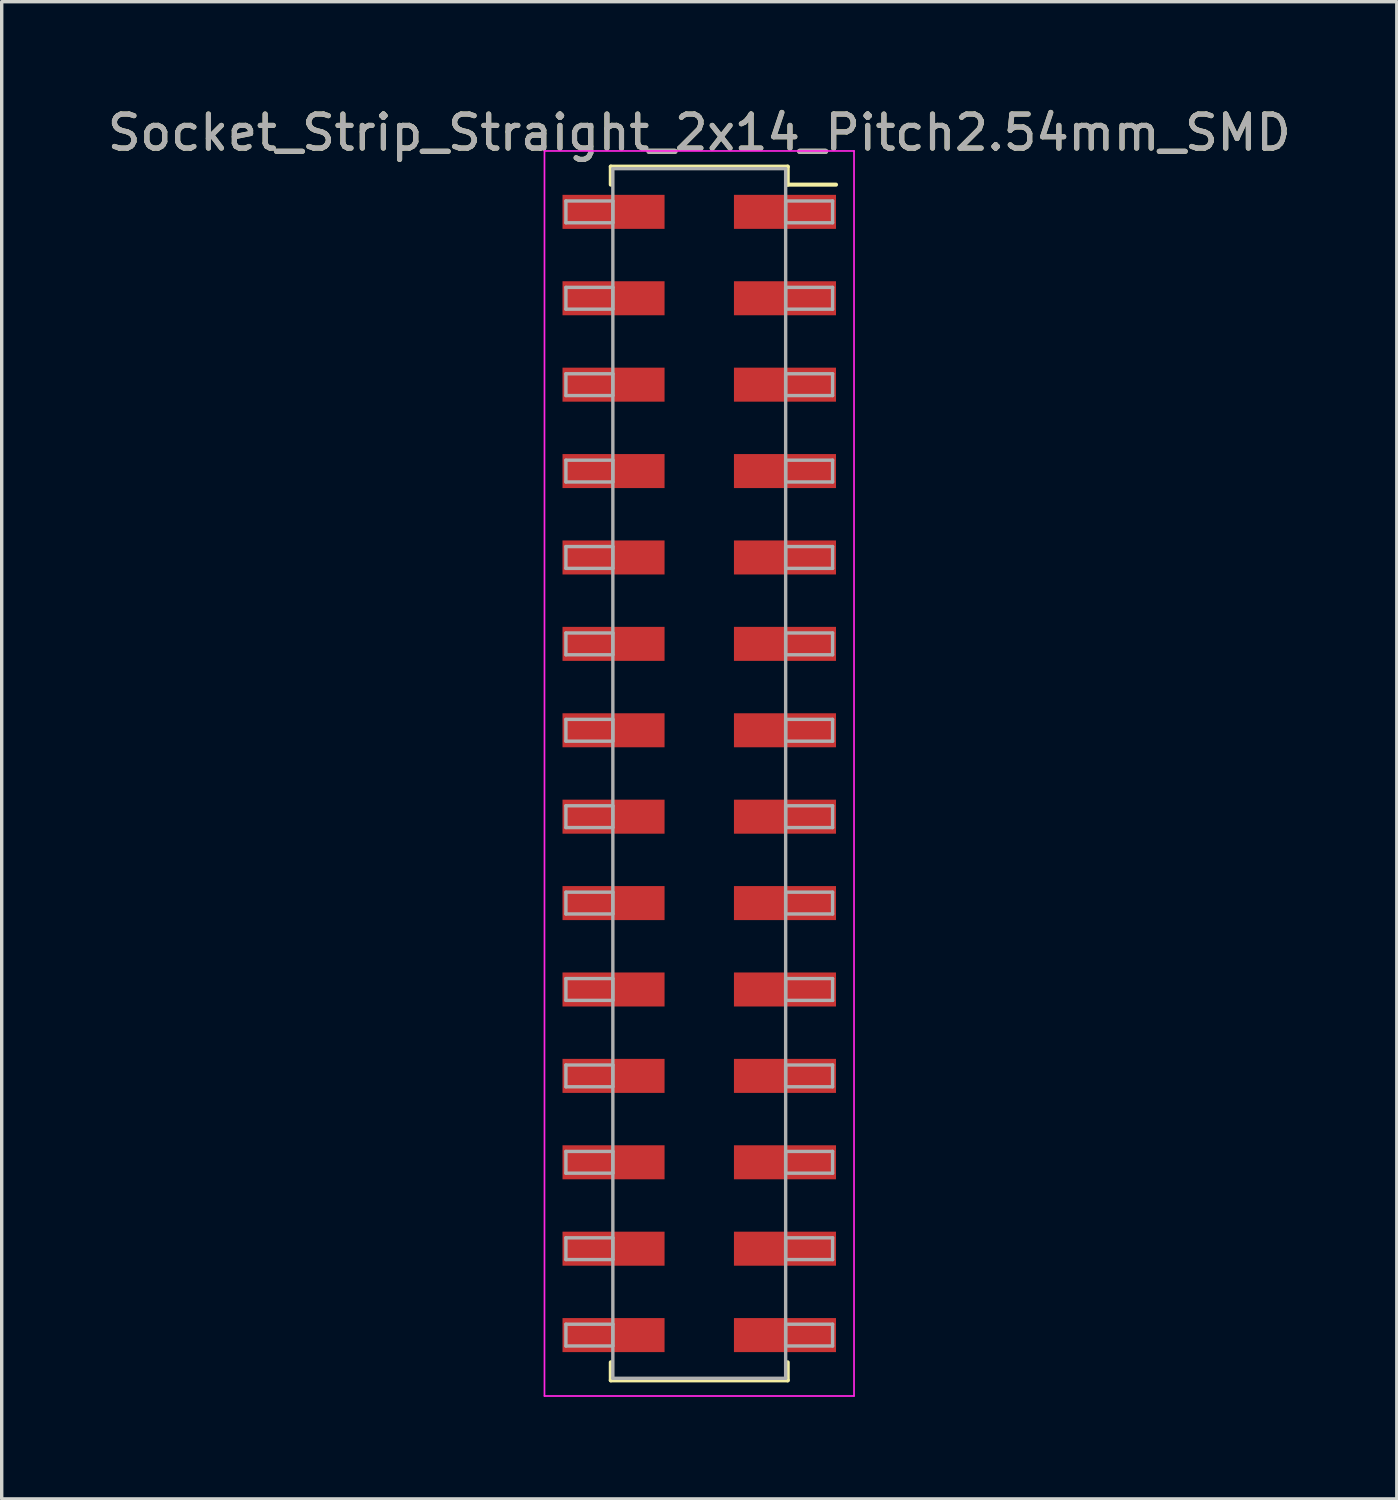
<source format=kicad_pcb>
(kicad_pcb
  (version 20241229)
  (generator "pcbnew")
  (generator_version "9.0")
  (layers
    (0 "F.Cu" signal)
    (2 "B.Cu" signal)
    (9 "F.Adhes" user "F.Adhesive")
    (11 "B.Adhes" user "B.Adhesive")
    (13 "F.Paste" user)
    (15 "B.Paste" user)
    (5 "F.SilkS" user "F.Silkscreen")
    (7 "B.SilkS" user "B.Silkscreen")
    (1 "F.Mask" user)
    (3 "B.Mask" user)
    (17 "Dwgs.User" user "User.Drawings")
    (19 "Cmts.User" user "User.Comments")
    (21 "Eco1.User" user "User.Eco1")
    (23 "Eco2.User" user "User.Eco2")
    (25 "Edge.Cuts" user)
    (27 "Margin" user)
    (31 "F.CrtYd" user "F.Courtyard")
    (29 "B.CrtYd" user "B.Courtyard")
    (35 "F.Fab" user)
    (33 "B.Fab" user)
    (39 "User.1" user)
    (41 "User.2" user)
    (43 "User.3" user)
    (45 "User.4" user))
  (footprint "Socket_Strip_Straight_2x14_Pitch2.54mm_SMD"
    (layer "F.Cu")
    (at 17.506 19.688)
    (property "Reference" "Socket_Strip_Straight_2x14_Pitch2.54mm_SMD" (at 0 -18.84 0) (layer "F.SilkS") (effects (font (size 1 1) (thickness 0.15))))
    (attr smd)
    (fp_line (start -2.6 -17.84) (end 2.6 -17.84) (stroke (width 0.12) (type solid)) (layer "F.SilkS"))
    (fp_line (start -2.6 -17.31) (end -2.6 -17.84) (stroke (width 0.12) (type solid)) (layer "F.SilkS"))
    (fp_line (start -2.6 17.31) (end -2.6 17.84) (stroke (width 0.12) (type solid)) (layer "F.SilkS"))
    (fp_line (start -2.6 17.84) (end 2.6 17.84) (stroke (width 0.12) (type solid)) (layer "F.SilkS"))
    (fp_line (start 2.6 -17.84) (end 2.6 -17.31) (stroke (width 0.12) (type solid)) (layer "F.SilkS"))
    (fp_line (start 2.6 17.84) (end 2.6 17.31) (stroke (width 0.12) (type solid)) (layer "F.SilkS"))
    (fp_line (start 4.02 -17.31) (end 2.6 -17.31) (stroke (width 0.12) (type solid)) (layer "F.SilkS"))
    (fp_line (start -4.55 -18.3) (end -4.55 18.3) (stroke (width 0.05) (type solid)) (layer "F.CrtYd"))
    (fp_line (start -4.55 18.3) (end 4.55 18.3) (stroke (width 0.05) (type solid)) (layer "F.CrtYd"))
    (fp_line (start 4.55 -18.3) (end -4.55 -18.3) (stroke (width 0.05) (type solid)) (layer "F.CrtYd"))
    (fp_line (start 4.55 18.3) (end 4.55 -18.3) (stroke (width 0.05) (type solid)) (layer "F.CrtYd"))
    (fp_line (start -3.92 -16.83) (end -2.54 -16.83) (stroke (width 0.1) (type solid)) (layer "F.Fab"))
    (fp_line (start -3.92 -16.19) (end -3.92 -16.83) (stroke (width 0.1) (type solid)) (layer "F.Fab"))
    (fp_line (start -3.92 -14.29) (end -2.54 -14.29) (stroke (width 0.1) (type solid)) (layer "F.Fab"))
    (fp_line (start -3.92 -13.65) (end -3.92 -14.29) (stroke (width 0.1) (type solid)) (layer "F.Fab"))
    (fp_line (start -3.92 -11.75) (end -2.54 -11.75) (stroke (width 0.1) (type solid)) (layer "F.Fab"))
    (fp_line (start -3.92 -11.11) (end -3.92 -11.75) (stroke (width 0.1) (type solid)) (layer "F.Fab"))
    (fp_line (start -3.92 -9.21) (end -2.54 -9.21) (stroke (width 0.1) (type solid)) (layer "F.Fab"))
    (fp_line (start -3.92 -8.57) (end -3.92 -9.21) (stroke (width 0.1) (type solid)) (layer "F.Fab"))
    (fp_line (start -3.92 -6.67) (end -2.54 -6.67) (stroke (width 0.1) (type solid)) (layer "F.Fab"))
    (fp_line (start -3.92 -6.03) (end -3.92 -6.67) (stroke (width 0.1) (type solid)) (layer "F.Fab"))
    (fp_line (start -3.92 -4.13) (end -2.54 -4.13) (stroke (width 0.1) (type solid)) (layer "F.Fab"))
    (fp_line (start -3.92 -3.49) (end -3.92 -4.13) (stroke (width 0.1) (type solid)) (layer "F.Fab"))
    (fp_line (start -3.92 -1.59) (end -2.54 -1.59) (stroke (width 0.1) (type solid)) (layer "F.Fab"))
    (fp_line (start -3.92 -0.95) (end -3.92 -1.59) (stroke (width 0.1) (type solid)) (layer "F.Fab"))
    (fp_line (start -3.92 0.95) (end -2.54 0.95) (stroke (width 0.1) (type solid)) (layer "F.Fab"))
    (fp_line (start -3.92 1.59) (end -3.92 0.95) (stroke (width 0.1) (type solid)) (layer "F.Fab"))
    (fp_line (start -3.92 3.49) (end -2.54 3.49) (stroke (width 0.1) (type solid)) (layer "F.Fab"))
    (fp_line (start -3.92 4.13) (end -3.92 3.49) (stroke (width 0.1) (type solid)) (layer "F.Fab"))
    (fp_line (start -3.92 6.03) (end -2.54 6.03) (stroke (width 0.1) (type solid)) (layer "F.Fab"))
    (fp_line (start -3.92 6.67) (end -3.92 6.03) (stroke (width 0.1) (type solid)) (layer "F.Fab"))
    (fp_line (start -3.92 8.57) (end -2.54 8.57) (stroke (width 0.1) (type solid)) (layer "F.Fab"))
    (fp_line (start -3.92 9.21) (end -3.92 8.57) (stroke (width 0.1) (type solid)) (layer "F.Fab"))
    (fp_line (start -3.92 11.11) (end -2.54 11.11) (stroke (width 0.1) (type solid)) (layer "F.Fab"))
    (fp_line (start -3.92 11.75) (end -3.92 11.11) (stroke (width 0.1) (type solid)) (layer "F.Fab"))
    (fp_line (start -3.92 13.65) (end -2.54 13.65) (stroke (width 0.1) (type solid)) (layer "F.Fab"))
    (fp_line (start -3.92 14.29) (end -3.92 13.65) (stroke (width 0.1) (type solid)) (layer "F.Fab"))
    (fp_line (start -3.92 16.19) (end -2.54 16.19) (stroke (width 0.1) (type solid)) (layer "F.Fab"))
    (fp_line (start -3.92 16.83) (end -3.92 16.19) (stroke (width 0.1) (type solid)) (layer "F.Fab"))
    (fp_line (start -2.54 -17.78) (end -2.54 17.78) (stroke (width 0.1) (type solid)) (layer "F.Fab"))
    (fp_line (start -2.54 -16.83) (end -2.54 -16.19) (stroke (width 0.1) (type solid)) (layer "F.Fab"))
    (fp_line (start -2.54 -16.19) (end -3.92 -16.19) (stroke (width 0.1) (type solid)) (layer "F.Fab"))
    (fp_line (start -2.54 -14.29) (end -2.54 -13.65) (stroke (width 0.1) (type solid)) (layer "F.Fab"))
    (fp_line (start -2.54 -13.65) (end -3.92 -13.65) (stroke (width 0.1) (type solid)) (layer "F.Fab"))
    (fp_line (start -2.54 -11.75) (end -2.54 -11.11) (stroke (width 0.1) (type solid)) (layer "F.Fab"))
    (fp_line (start -2.54 -11.11) (end -3.92 -11.11) (stroke (width 0.1) (type solid)) (layer "F.Fab"))
    (fp_line (start -2.54 -9.21) (end -2.54 -8.57) (stroke (width 0.1) (type solid)) (layer "F.Fab"))
    (fp_line (start -2.54 -8.57) (end -3.92 -8.57) (stroke (width 0.1) (type solid)) (layer "F.Fab"))
    (fp_line (start -2.54 -6.67) (end -2.54 -6.03) (stroke (width 0.1) (type solid)) (layer "F.Fab"))
    (fp_line (start -2.54 -6.03) (end -3.92 -6.03) (stroke (width 0.1) (type solid)) (layer "F.Fab"))
    (fp_line (start -2.54 -4.13) (end -2.54 -3.49) (stroke (width 0.1) (type solid)) (layer "F.Fab"))
    (fp_line (start -2.54 -3.49) (end -3.92 -3.49) (stroke (width 0.1) (type solid)) (layer "F.Fab"))
    (fp_line (start -2.54 -1.59) (end -2.54 -0.95) (stroke (width 0.1) (type solid)) (layer "F.Fab"))
    (fp_line (start -2.54 -0.95) (end -3.92 -0.95) (stroke (width 0.1) (type solid)) (layer "F.Fab"))
    (fp_line (start -2.54 0.95) (end -2.54 1.59) (stroke (width 0.1) (type solid)) (layer "F.Fab"))
    (fp_line (start -2.54 1.59) (end -3.92 1.59) (stroke (width 0.1) (type solid)) (layer "F.Fab"))
    (fp_line (start -2.54 3.49) (end -2.54 4.13) (stroke (width 0.1) (type solid)) (layer "F.Fab"))
    (fp_line (start -2.54 4.13) (end -3.92 4.13) (stroke (width 0.1) (type solid)) (layer "F.Fab"))
    (fp_line (start -2.54 6.03) (end -2.54 6.67) (stroke (width 0.1) (type solid)) (layer "F.Fab"))
    (fp_line (start -2.54 6.67) (end -3.92 6.67) (stroke (width 0.1) (type solid)) (layer "F.Fab"))
    (fp_line (start -2.54 8.57) (end -2.54 9.21) (stroke (width 0.1) (type solid)) (layer "F.Fab"))
    (fp_line (start -2.54 9.21) (end -3.92 9.21) (stroke (width 0.1) (type solid)) (layer "F.Fab"))
    (fp_line (start -2.54 11.11) (end -2.54 11.75) (stroke (width 0.1) (type solid)) (layer "F.Fab"))
    (fp_line (start -2.54 11.75) (end -3.92 11.75) (stroke (width 0.1) (type solid)) (layer "F.Fab"))
    (fp_line (start -2.54 13.65) (end -2.54 14.29) (stroke (width 0.1) (type solid)) (layer "F.Fab"))
    (fp_line (start -2.54 14.29) (end -3.92 14.29) (stroke (width 0.1) (type solid)) (layer "F.Fab"))
    (fp_line (start -2.54 16.19) (end -2.54 16.83) (stroke (width 0.1) (type solid)) (layer "F.Fab"))
    (fp_line (start -2.54 16.83) (end -3.92 16.83) (stroke (width 0.1) (type solid)) (layer "F.Fab"))
    (fp_line (start -2.54 17.78) (end 2.54 17.78) (stroke (width 0.1) (type solid)) (layer "F.Fab"))
    (fp_line (start 2.54 -17.78) (end -2.54 -17.78) (stroke (width 0.1) (type solid)) (layer "F.Fab"))
    (fp_line (start 2.54 -16.83) (end 2.54 -16.19) (stroke (width 0.1) (type solid)) (layer "F.Fab"))
    (fp_line (start 2.54 -16.19) (end 3.92 -16.19) (stroke (width 0.1) (type solid)) (layer "F.Fab"))
    (fp_line (start 2.54 -14.29) (end 2.54 -13.65) (stroke (width 0.1) (type solid)) (layer "F.Fab"))
    (fp_line (start 2.54 -13.65) (end 3.92 -13.65) (stroke (width 0.1) (type solid)) (layer "F.Fab"))
    (fp_line (start 2.54 -11.75) (end 2.54 -11.11) (stroke (width 0.1) (type solid)) (layer "F.Fab"))
    (fp_line (start 2.54 -11.11) (end 3.92 -11.11) (stroke (width 0.1) (type solid)) (layer "F.Fab"))
    (fp_line (start 2.54 -9.21) (end 2.54 -8.57) (stroke (width 0.1) (type solid)) (layer "F.Fab"))
    (fp_line (start 2.54 -8.57) (end 3.92 -8.57) (stroke (width 0.1) (type solid)) (layer "F.Fab"))
    (fp_line (start 2.54 -6.67) (end 2.54 -6.03) (stroke (width 0.1) (type solid)) (layer "F.Fab"))
    (fp_line (start 2.54 -6.03) (end 3.92 -6.03) (stroke (width 0.1) (type solid)) (layer "F.Fab"))
    (fp_line (start 2.54 -4.13) (end 2.54 -3.49) (stroke (width 0.1) (type solid)) (layer "F.Fab"))
    (fp_line (start 2.54 -3.49) (end 3.92 -3.49) (stroke (width 0.1) (type solid)) (layer "F.Fab"))
    (fp_line (start 2.54 -1.59) (end 2.54 -0.95) (stroke (width 0.1) (type solid)) (layer "F.Fab"))
    (fp_line (start 2.54 -0.95) (end 3.92 -0.95) (stroke (width 0.1) (type solid)) (layer "F.Fab"))
    (fp_line (start 2.54 0.95) (end 2.54 1.59) (stroke (width 0.1) (type solid)) (layer "F.Fab"))
    (fp_line (start 2.54 1.59) (end 3.92 1.59) (stroke (width 0.1) (type solid)) (layer "F.Fab"))
    (fp_line (start 2.54 3.49) (end 2.54 4.13) (stroke (width 0.1) (type solid)) (layer "F.Fab"))
    (fp_line (start 2.54 4.13) (end 3.92 4.13) (stroke (width 0.1) (type solid)) (layer "F.Fab"))
    (fp_line (start 2.54 6.03) (end 2.54 6.67) (stroke (width 0.1) (type solid)) (layer "F.Fab"))
    (fp_line (start 2.54 6.67) (end 3.92 6.67) (stroke (width 0.1) (type solid)) (layer "F.Fab"))
    (fp_line (start 2.54 8.57) (end 2.54 9.21) (stroke (width 0.1) (type solid)) (layer "F.Fab"))
    (fp_line (start 2.54 9.21) (end 3.92 9.21) (stroke (width 0.1) (type solid)) (layer "F.Fab"))
    (fp_line (start 2.54 11.11) (end 2.54 11.75) (stroke (width 0.1) (type solid)) (layer "F.Fab"))
    (fp_line (start 2.54 11.75) (end 3.92 11.75) (stroke (width 0.1) (type solid)) (layer "F.Fab"))
    (fp_line (start 2.54 13.65) (end 2.54 14.29) (stroke (width 0.1) (type solid)) (layer "F.Fab"))
    (fp_line (start 2.54 14.29) (end 3.92 14.29) (stroke (width 0.1) (type solid)) (layer "F.Fab"))
    (fp_line (start 2.54 16.19) (end 2.54 16.83) (stroke (width 0.1) (type solid)) (layer "F.Fab"))
    (fp_line (start 2.54 16.83) (end 3.92 16.83) (stroke (width 0.1) (type solid)) (layer "F.Fab"))
    (fp_line (start 2.54 17.78) (end 2.54 -17.78) (stroke (width 0.1) (type solid)) (layer "F.Fab"))
    (fp_line (start 3.92 -16.83) (end 2.54 -16.83) (stroke (width 0.1) (type solid)) (layer "F.Fab"))
    (fp_line (start 3.92 -16.19) (end 3.92 -16.83) (stroke (width 0.1) (type solid)) (layer "F.Fab"))
    (fp_line (start 3.92 -14.29) (end 2.54 -14.29) (stroke (width 0.1) (type solid)) (layer "F.Fab"))
    (fp_line (start 3.92 -13.65) (end 3.92 -14.29) (stroke (width 0.1) (type solid)) (layer "F.Fab"))
    (fp_line (start 3.92 -11.75) (end 2.54 -11.75) (stroke (width 0.1) (type solid)) (layer "F.Fab"))
    (fp_line (start 3.92 -11.11) (end 3.92 -11.75) (stroke (width 0.1) (type solid)) (layer "F.Fab"))
    (fp_line (start 3.92 -9.21) (end 2.54 -9.21) (stroke (width 0.1) (type solid)) (layer "F.Fab"))
    (fp_line (start 3.92 -8.57) (end 3.92 -9.21) (stroke (width 0.1) (type solid)) (layer "F.Fab"))
    (fp_line (start 3.92 -6.67) (end 2.54 -6.67) (stroke (width 0.1) (type solid)) (layer "F.Fab"))
    (fp_line (start 3.92 -6.03) (end 3.92 -6.67) (stroke (width 0.1) (type solid)) (layer "F.Fab"))
    (fp_line (start 3.92 -4.13) (end 2.54 -4.13) (stroke (width 0.1) (type solid)) (layer "F.Fab"))
    (fp_line (start 3.92 -3.49) (end 3.92 -4.13) (stroke (width 0.1) (type solid)) (layer "F.Fab"))
    (fp_line (start 3.92 -1.59) (end 2.54 -1.59) (stroke (width 0.1) (type solid)) (layer "F.Fab"))
    (fp_line (start 3.92 -0.95) (end 3.92 -1.59) (stroke (width 0.1) (type solid)) (layer "F.Fab"))
    (fp_line (start 3.92 0.95) (end 2.54 0.95) (stroke (width 0.1) (type solid)) (layer "F.Fab"))
    (fp_line (start 3.92 1.59) (end 3.92 0.95) (stroke (width 0.1) (type solid)) (layer "F.Fab"))
    (fp_line (start 3.92 3.49) (end 2.54 3.49) (stroke (width 0.1) (type solid)) (layer "F.Fab"))
    (fp_line (start 3.92 4.13) (end 3.92 3.49) (stroke (width 0.1) (type solid)) (layer "F.Fab"))
    (fp_line (start 3.92 6.03) (end 2.54 6.03) (stroke (width 0.1) (type solid)) (layer "F.Fab"))
    (fp_line (start 3.92 6.67) (end 3.92 6.03) (stroke (width 0.1) (type solid)) (layer "F.Fab"))
    (fp_line (start 3.92 8.57) (end 2.54 8.57) (stroke (width 0.1) (type solid)) (layer "F.Fab"))
    (fp_line (start 3.92 9.21) (end 3.92 8.57) (stroke (width 0.1) (type solid)) (layer "F.Fab"))
    (fp_line (start 3.92 11.11) (end 2.54 11.11) (stroke (width 0.1) (type solid)) (layer "F.Fab"))
    (fp_line (start 3.92 11.75) (end 3.92 11.11) (stroke (width 0.1) (type solid)) (layer "F.Fab"))
    (fp_line (start 3.92 13.65) (end 2.54 13.65) (stroke (width 0.1) (type solid)) (layer "F.Fab"))
    (fp_line (start 3.92 14.29) (end 3.92 13.65) (stroke (width 0.1) (type solid)) (layer "F.Fab"))
    (fp_line (start 3.92 16.19) (end 2.54 16.19) (stroke (width 0.1) (type solid)) (layer "F.Fab"))
    (fp_line (start 3.92 16.83) (end 3.92 16.19) (stroke (width 0.1) (type solid)) (layer "F.Fab"))
    (fp_text user "${REFERENCE}" (at 0 -18.84 0) (layer "F.Fab") (effects (font (size 1 1) (thickness 0.15))))
    (pad "1" smd rect (at 2.52 -16.51) (size 3 1) (layers "F.Cu" "F.Mask" "F.Paste"))
    (pad "2" smd rect (at -2.52 -16.51) (size 3 1) (layers "F.Cu" "F.Mask" "F.Paste"))
    (pad "3" smd rect (at 2.52 -13.97) (size 3 1) (layers "F.Cu" "F.Mask" "F.Paste"))
    (pad "4" smd rect (at -2.52 -13.97) (size 3 1) (layers "F.Cu" "F.Mask" "F.Paste"))
    (pad "5" smd rect (at 2.52 -11.43) (size 3 1) (layers "F.Cu" "F.Mask" "F.Paste"))
    (pad "6" smd rect (at -2.52 -11.43) (size 3 1) (layers "F.Cu" "F.Mask" "F.Paste"))
    (pad "7" smd rect (at 2.52 -8.89) (size 3 1) (layers "F.Cu" "F.Mask" "F.Paste"))
    (pad "8" smd rect (at -2.52 -8.89) (size 3 1) (layers "F.Cu" "F.Mask" "F.Paste"))
    (pad "9" smd rect (at 2.52 -6.35) (size 3 1) (layers "F.Cu" "F.Mask" "F.Paste"))
    (pad "10" smd rect (at -2.52 -6.35) (size 3 1) (layers "F.Cu" "F.Mask" "F.Paste"))
    (pad "11" smd rect (at 2.52 -3.81) (size 3 1) (layers "F.Cu" "F.Mask" "F.Paste"))
    (pad "12" smd rect (at -2.52 -3.81) (size 3 1) (layers "F.Cu" "F.Mask" "F.Paste"))
    (pad "13" smd rect (at 2.52 -1.27) (size 3 1) (layers "F.Cu" "F.Mask" "F.Paste"))
    (pad "14" smd rect (at -2.52 -1.27) (size 3 1) (layers "F.Cu" "F.Mask" "F.Paste"))
    (pad "15" smd rect (at 2.52 1.27) (size 3 1) (layers "F.Cu" "F.Mask" "F.Paste"))
    (pad "16" smd rect (at -2.52 1.27) (size 3 1) (layers "F.Cu" "F.Mask" "F.Paste"))
    (pad "17" smd rect (at 2.52 3.81) (size 3 1) (layers "F.Cu" "F.Mask" "F.Paste"))
    (pad "18" smd rect (at -2.52 3.81) (size 3 1) (layers "F.Cu" "F.Mask" "F.Paste"))
    (pad "19" smd rect (at 2.52 6.35) (size 3 1) (layers "F.Cu" "F.Mask" "F.Paste"))
    (pad "20" smd rect (at -2.52 6.35) (size 3 1) (layers "F.Cu" "F.Mask" "F.Paste"))
    (pad "21" smd rect (at 2.52 8.89) (size 3 1) (layers "F.Cu" "F.Mask" "F.Paste"))
    (pad "22" smd rect (at -2.52 8.89) (size 3 1) (layers "F.Cu" "F.Mask" "F.Paste"))
    (pad "23" smd rect (at 2.52 11.43) (size 3 1) (layers "F.Cu" "F.Mask" "F.Paste"))
    (pad "24" smd rect (at -2.52 11.43) (size 3 1) (layers "F.Cu" "F.Mask" "F.Paste"))
    (pad "25" smd rect (at 2.52 13.97) (size 3 1) (layers "F.Cu" "F.Mask" "F.Paste"))
    (pad "26" smd rect (at -2.52 13.97) (size 3 1) (layers "F.Cu" "F.Mask" "F.Paste"))
    (pad "27" smd rect (at 2.52 16.51) (size 3 1) (layers "F.Cu" "F.Mask" "F.Paste"))
    (pad "28" smd rect (at -2.52 16.51) (size 3 1) (layers "F.Cu" "F.Mask" "F.Paste")))
  (gr_rect
    (start -3 -3)
    (end 38.012 41.013)
    (stroke (width 0.1) (type default))
    (fill no)
    (layer "Edge.Cuts")))
</source>
